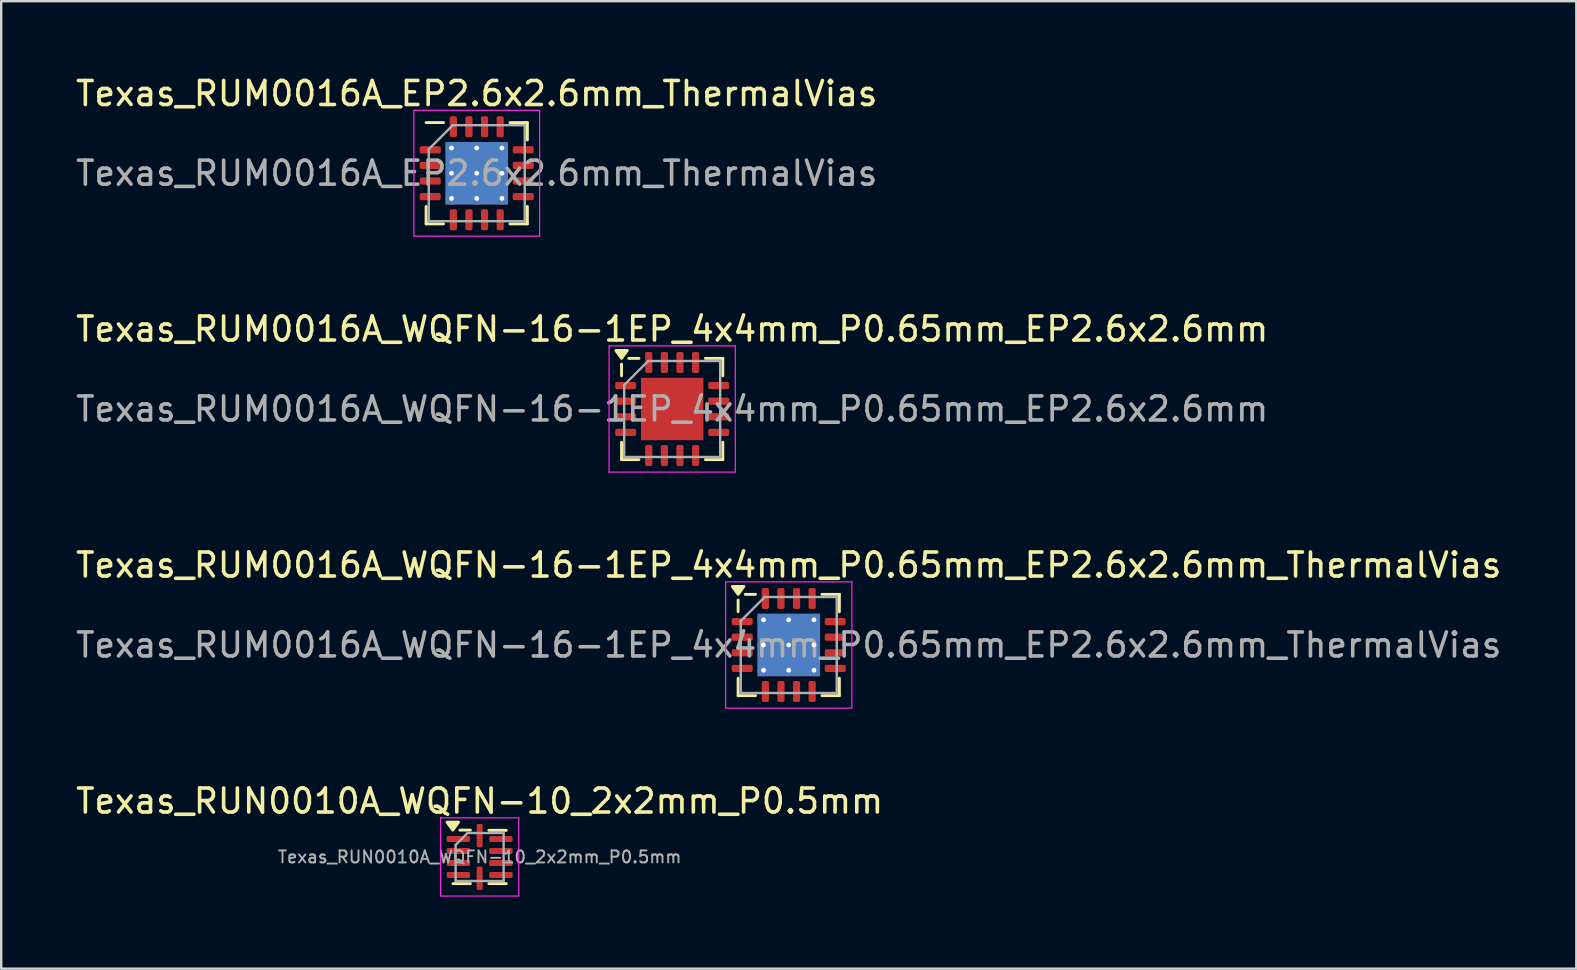
<source format=kicad_pcb>
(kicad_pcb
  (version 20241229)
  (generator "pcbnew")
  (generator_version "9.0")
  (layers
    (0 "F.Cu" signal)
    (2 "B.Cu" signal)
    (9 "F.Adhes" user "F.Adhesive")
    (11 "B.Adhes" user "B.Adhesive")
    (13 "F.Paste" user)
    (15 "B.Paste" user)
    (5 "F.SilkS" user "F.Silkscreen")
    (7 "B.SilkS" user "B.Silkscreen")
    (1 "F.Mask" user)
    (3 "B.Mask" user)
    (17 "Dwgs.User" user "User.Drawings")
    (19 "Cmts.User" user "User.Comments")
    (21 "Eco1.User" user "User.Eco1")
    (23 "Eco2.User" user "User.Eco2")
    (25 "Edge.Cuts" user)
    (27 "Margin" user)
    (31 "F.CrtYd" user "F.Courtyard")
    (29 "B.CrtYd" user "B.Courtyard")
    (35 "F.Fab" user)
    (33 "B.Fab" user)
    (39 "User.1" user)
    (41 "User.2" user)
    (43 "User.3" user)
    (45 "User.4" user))
  (footprint "Texas_RUM0016A_WQFN-16-1EP_4x4mm_P0.65mm_EP2.6x2.6mm_ThermalVias"
    (layer "F.Cu")
    (at 29.815 23.825)
    (property "Reference" "Texas_RUM0016A_WQFN-16-1EP_4x4mm_P0.65mm_EP2.6x2.6mm_ThermalVias" (at 0 -3.33 0) (layer "F.SilkS") (effects (font (size 1 1) (thickness 0.15))))
    (attr smd)
    (fp_line (start -2.11 -1.385) (end -2.11 -1.87) (stroke (width 0.12) (type solid)) (layer "F.SilkS"))
    (fp_line (start -2.11 2.11) (end -2.11 1.385) (stroke (width 0.12) (type solid)) (layer "F.SilkS"))
    (fp_line (start -1.385 -2.11) (end -1.81 -2.11) (stroke (width 0.12) (type solid)) (layer "F.SilkS"))
    (fp_line (start -1.385 2.11) (end -2.11 2.11) (stroke (width 0.12) (type solid)) (layer "F.SilkS"))
    (fp_line (start 1.385 -2.11) (end 2.11 -2.11) (stroke (width 0.12) (type solid)) (layer "F.SilkS"))
    (fp_line (start 1.385 2.11) (end 2.11 2.11) (stroke (width 0.12) (type solid)) (layer "F.SilkS"))
    (fp_line (start 2.11 -2.11) (end 2.11 -1.385) (stroke (width 0.12) (type solid)) (layer "F.SilkS"))
    (fp_line (start 2.11 2.11) (end 2.11 1.385) (stroke (width 0.12) (type solid)) (layer "F.SilkS"))
    (fp_poly (pts (xy -2.11 -2.11) (xy -2.35 -2.44) (xy -1.87 -2.44) (xy -2.11 -2.11)) (stroke (width 0.12) (type solid)) (fill yes) (layer "F.SilkS"))
    (fp_line (start -2.63 -2.63) (end -2.63 2.63) (stroke (width 0.05) (type solid)) (layer "F.CrtYd"))
    (fp_line (start -2.63 2.63) (end 2.63 2.63) (stroke (width 0.05) (type solid)) (layer "F.CrtYd"))
    (fp_line (start 2.63 -2.63) (end -2.63 -2.63) (stroke (width 0.05) (type solid)) (layer "F.CrtYd"))
    (fp_line (start 2.63 2.63) (end 2.63 -2.63) (stroke (width 0.05) (type solid)) (layer "F.CrtYd"))
    (fp_line (start -2 -1) (end -1 -2) (stroke (width 0.1) (type solid)) (layer "F.Fab"))
    (fp_line (start -2 2) (end -2 -1) (stroke (width 0.1) (type solid)) (layer "F.Fab"))
    (fp_line (start -1 -2) (end 2 -2) (stroke (width 0.1) (type solid)) (layer "F.Fab"))
    (fp_line (start 2 -2) (end 2 2) (stroke (width 0.1) (type solid)) (layer "F.Fab"))
    (fp_line (start 2 2) (end -2 2) (stroke (width 0.1) (type solid)) (layer "F.Fab"))
    (fp_text user "${REFERENCE}" (at 0 0 0) (layer "F.Fab") (effects (font (size 1 1) (thickness 0.15))))
    (pad "" smd roundrect (at -0.65 -0.65) (size 1.09 1.09) (layers "F.Paste") (roundrect_rratio 0.229))
    (pad "" smd roundrect (at -0.65 0.65) (size 1.09 1.09) (layers "F.Paste") (roundrect_rratio 0.229))
    (pad "" smd roundrect (at 0.65 -0.65) (size 1.09 1.09) (layers "F.Paste") (roundrect_rratio 0.229))
    (pad "" smd roundrect (at 0.65 0.65) (size 1.09 1.09) (layers "F.Paste") (roundrect_rratio 0.229))
    (pad "1" smd roundrect (at -1.938 -0.975) (size 0.875 0.3) (layers "F.Cu" "F.Mask" "F.Paste") (roundrect_rratio 0.25))
    (pad "2" smd roundrect (at -1.938 -0.325) (size 0.875 0.3) (layers "F.Cu" "F.Mask" "F.Paste") (roundrect_rratio 0.25))
    (pad "3" smd roundrect (at -1.938 0.325) (size 0.875 0.3) (layers "F.Cu" "F.Mask" "F.Paste") (roundrect_rratio 0.25))
    (pad "4" smd roundrect (at -1.938 0.975) (size 0.875 0.3) (layers "F.Cu" "F.Mask" "F.Paste") (roundrect_rratio 0.25))
    (pad "5" smd roundrect (at -0.975 1.938) (size 0.3 0.875) (layers "F.Cu" "F.Mask" "F.Paste") (roundrect_rratio 0.25))
    (pad "6" smd roundrect (at -0.325 1.938) (size 0.3 0.875) (layers "F.Cu" "F.Mask" "F.Paste") (roundrect_rratio 0.25))
    (pad "7" smd roundrect (at 0.325 1.938) (size 0.3 0.875) (layers "F.Cu" "F.Mask" "F.Paste") (roundrect_rratio 0.25))
    (pad "8" smd roundrect (at 0.975 1.938) (size 0.3 0.875) (layers "F.Cu" "F.Mask" "F.Paste") (roundrect_rratio 0.25))
    (pad "9" smd roundrect (at 1.938 0.975) (size 0.875 0.3) (layers "F.Cu" "F.Mask" "F.Paste") (roundrect_rratio 0.25))
    (pad "10" smd roundrect (at 1.938 0.325) (size 0.875 0.3) (layers "F.Cu" "F.Mask" "F.Paste") (roundrect_rratio 0.25))
    (pad "11" smd roundrect (at 1.938 -0.325) (size 0.875 0.3) (layers "F.Cu" "F.Mask" "F.Paste") (roundrect_rratio 0.25))
    (pad "12" smd roundrect (at 1.938 -0.975) (size 0.875 0.3) (layers "F.Cu" "F.Mask" "F.Paste") (roundrect_rratio 0.25))
    (pad "13" smd roundrect (at 0.975 -1.938) (size 0.3 0.875) (layers "F.Cu" "F.Mask" "F.Paste") (roundrect_rratio 0.25))
    (pad "14" smd roundrect (at 0.325 -1.938) (size 0.3 0.875) (layers "F.Cu" "F.Mask" "F.Paste") (roundrect_rratio 0.25))
    (pad "15" smd roundrect (at -0.325 -1.938) (size 0.3 0.875) (layers "F.Cu" "F.Mask" "F.Paste") (roundrect_rratio 0.25))
    (pad "16" smd roundrect (at -0.975 -1.938) (size 0.3 0.875) (layers "F.Cu" "F.Mask" "F.Paste") (roundrect_rratio 0.25))
    (pad "17" thru_hole circle (at -1.05 -1.05) (size 0.5 0.5) (drill 0.2) (property pad_prop_heatsink) (layers "*.Cu"))
    (pad "17" thru_hole circle (at -1.05 0) (size 0.5 0.5) (drill 0.2) (property pad_prop_heatsink) (layers "*.Cu"))
    (pad "17" thru_hole circle (at -1.05 1.05) (size 0.5 0.5) (drill 0.2) (property pad_prop_heatsink) (layers "*.Cu"))
    (pad "17" thru_hole circle (at 0 -1.05) (size 0.5 0.5) (drill 0.2) (property pad_prop_heatsink) (layers "*.Cu"))
    (pad "17" thru_hole circle (at 0 0) (size 0.5 0.5) (drill 0.2) (property pad_prop_heatsink) (layers "*.Cu"))
    (pad "17" smd rect (at 0 0) (size 2.6 2.6) (property pad_prop_heatsink) (layers "F.Cu" "F.Mask"))
    (pad "17" smd rect (at 0 0) (size 2.6 2.6) (property pad_prop_heatsink) (layers "B.Cu"))
    (pad "17" thru_hole circle (at 0 1.05) (size 0.5 0.5) (drill 0.2) (property pad_prop_heatsink) (layers "*.Cu"))
    (pad "17" thru_hole circle (at 1.05 -1.05) (size 0.5 0.5) (drill 0.2) (property pad_prop_heatsink) (layers "*.Cu"))
    (pad "17" thru_hole circle (at 1.05 0) (size 0.5 0.5) (drill 0.2) (property pad_prop_heatsink) (layers "*.Cu"))
    (pad "17" thru_hole circle (at 1.05 1.05) (size 0.5 0.5) (drill 0.2) (property pad_prop_heatsink) (layers "*.Cu")))
  (footprint "Texas_RUN0010A_WQFN-10_2x2mm_P0.5mm"
    (layer "F.Cu")
    (at 16.935 32.658)
    (property "Reference" "Texas_RUN0010A_WQFN-10_2x2mm_P0.5mm" (at 0 -2.33 0) (layer "F.SilkS") (effects (font (size 1 1) (thickness 0.15))))
    (attr smd)
    (fp_line (start -0.385 -1.12) (end -0.82 -1.12) (stroke (width 0.12) (type solid)) (layer "F.SilkS"))
    (fp_line (start -0.385 1.11) (end -1.11 1.11) (stroke (width 0.12) (type solid)) (layer "F.SilkS"))
    (fp_line (start 0.385 -1.11) (end 1.11 -1.11) (stroke (width 0.12) (type solid)) (layer "F.SilkS"))
    (fp_line (start 0.385 1.11) (end 1.11 1.11) (stroke (width 0.12) (type solid)) (layer "F.SilkS"))
    (fp_poly (pts (xy -1.12 -1.12) (xy -1.36 -1.45) (xy -0.88 -1.45) (xy -1.12 -1.12)) (stroke (width 0.12) (type solid)) (fill yes) (layer "F.SilkS"))
    (fp_line (start -1.63 -1.63) (end -1.63 1.63) (stroke (width 0.05) (type solid)) (layer "F.CrtYd"))
    (fp_line (start -1.63 1.63) (end 1.63 1.63) (stroke (width 0.05) (type solid)) (layer "F.CrtYd"))
    (fp_line (start 1.63 -1.63) (end -1.63 -1.63) (stroke (width 0.05) (type solid)) (layer "F.CrtYd"))
    (fp_line (start 1.63 1.63) (end 1.63 -1.63) (stroke (width 0.05) (type solid)) (layer "F.CrtYd"))
    (fp_line (start -1 -0.5) (end -0.5 -1) (stroke (width 0.1) (type solid)) (layer "F.Fab"))
    (fp_line (start -1 1) (end -1 -0.5) (stroke (width 0.1) (type solid)) (layer "F.Fab"))
    (fp_line (start -0.5 -1) (end 1 -1) (stroke (width 0.1) (type solid)) (layer "F.Fab"))
    (fp_line (start 1 -1) (end 1 1) (stroke (width 0.1) (type solid)) (layer "F.Fab"))
    (fp_line (start 1 1) (end -1 1) (stroke (width 0.1) (type solid)) (layer "F.Fab"))
    (fp_text user "${REFERENCE}" (at 0 0 0) (layer "F.Fab") (effects (font (size 0.5 0.5) (thickness 0.08))))
    (pad "1" smd roundrect (at -0.887 -0.75) (size 0.975 0.25) (layers "F.Cu" "F.Mask" "F.Paste") (roundrect_rratio 0.25))
    (pad "2" smd roundrect (at -0.887 -0.25) (size 0.975 0.25) (layers "F.Cu" "F.Mask" "F.Paste") (roundrect_rratio 0.25))
    (pad "3" smd roundrect (at -0.887 0.25) (size 0.975 0.25) (layers "F.Cu" "F.Mask" "F.Paste") (roundrect_rratio 0.25))
    (pad "4" smd roundrect (at -0.887 0.75) (size 0.975 0.25) (layers "F.Cu" "F.Mask" "F.Paste") (roundrect_rratio 0.25))
    (pad "5" smd roundrect (at 0 0.887) (size 0.25 0.975) (layers "F.Cu" "F.Mask" "F.Paste") (roundrect_rratio 0.25))
    (pad "6" smd roundrect (at 0.887 0.75) (size 0.975 0.25) (layers "F.Cu" "F.Mask" "F.Paste") (roundrect_rratio 0.25))
    (pad "7" smd roundrect (at 0.887 0.25) (size 0.975 0.25) (layers "F.Cu" "F.Mask" "F.Paste") (roundrect_rratio 0.25))
    (pad "8" smd roundrect (at 0.887 -0.25) (size 0.975 0.25) (layers "F.Cu" "F.Mask" "F.Paste") (roundrect_rratio 0.25))
    (pad "9" smd roundrect (at 0.887 -0.75) (size 0.975 0.25) (layers "F.Cu" "F.Mask" "F.Paste") (roundrect_rratio 0.25))
    (pad "10" smd roundrect (at 0 -0.887) (size 0.25 0.975) (layers "F.Cu" "F.Mask" "F.Paste") (roundrect_rratio 0.25)))
  (footprint "Texas_RUM0016A_WQFN-16-1EP_4x4mm_P0.65mm_EP2.6x2.6mm"
    (layer "F.Cu")
    (at 24.958 13.992)
    (property "Reference" "Texas_RUM0016A_WQFN-16-1EP_4x4mm_P0.65mm_EP2.6x2.6mm" (at 0 -3.33 0) (layer "F.SilkS") (effects (font (size 1 1) (thickness 0.15))))
    (attr smd)
    (fp_line (start -2.11 -1.385) (end -2.11 -1.87) (stroke (width 0.12) (type solid)) (layer "F.SilkS"))
    (fp_line (start -2.11 2.11) (end -2.11 1.385) (stroke (width 0.12) (type solid)) (layer "F.SilkS"))
    (fp_line (start -1.385 -2.11) (end -1.81 -2.11) (stroke (width 0.12) (type solid)) (layer "F.SilkS"))
    (fp_line (start -1.385 2.11) (end -2.11 2.11) (stroke (width 0.12) (type solid)) (layer "F.SilkS"))
    (fp_line (start 1.385 -2.11) (end 2.11 -2.11) (stroke (width 0.12) (type solid)) (layer "F.SilkS"))
    (fp_line (start 1.385 2.11) (end 2.11 2.11) (stroke (width 0.12) (type solid)) (layer "F.SilkS"))
    (fp_line (start 2.11 -2.11) (end 2.11 -1.385) (stroke (width 0.12) (type solid)) (layer "F.SilkS"))
    (fp_line (start 2.11 2.11) (end 2.11 1.385) (stroke (width 0.12) (type solid)) (layer "F.SilkS"))
    (fp_poly (pts (xy -2.11 -2.11) (xy -2.35 -2.44) (xy -1.87 -2.44) (xy -2.11 -2.11)) (stroke (width 0.12) (type solid)) (fill yes) (layer "F.SilkS"))
    (fp_line (start -2.63 -2.63) (end -2.63 2.63) (stroke (width 0.05) (type solid)) (layer "F.CrtYd"))
    (fp_line (start -2.63 2.63) (end 2.63 2.63) (stroke (width 0.05) (type solid)) (layer "F.CrtYd"))
    (fp_line (start 2.63 -2.63) (end -2.63 -2.63) (stroke (width 0.05) (type solid)) (layer "F.CrtYd"))
    (fp_line (start 2.63 2.63) (end 2.63 -2.63) (stroke (width 0.05) (type solid)) (layer "F.CrtYd"))
    (fp_line (start -2 -1) (end -1 -2) (stroke (width 0.1) (type solid)) (layer "F.Fab"))
    (fp_line (start -2 2) (end -2 -1) (stroke (width 0.1) (type solid)) (layer "F.Fab"))
    (fp_line (start -1 -2) (end 2 -2) (stroke (width 0.1) (type solid)) (layer "F.Fab"))
    (fp_line (start 2 -2) (end 2 2) (stroke (width 0.1) (type solid)) (layer "F.Fab"))
    (fp_line (start 2 2) (end -2 2) (stroke (width 0.1) (type solid)) (layer "F.Fab"))
    (fp_text user "${REFERENCE}" (at 0 0 0) (layer "F.Fab") (effects (font (size 1 1) (thickness 0.15))))
    (pad "" smd roundrect (at -0.65 -0.65) (size 1.05 1.05) (layers "F.Paste") (roundrect_rratio 0.238))
    (pad "" smd roundrect (at -0.65 0.65) (size 1.05 1.05) (layers "F.Paste") (roundrect_rratio 0.238))
    (pad "" smd roundrect (at 0.65 -0.65) (size 1.05 1.05) (layers "F.Paste") (roundrect_rratio 0.238))
    (pad "" smd roundrect (at 0.65 0.65) (size 1.05 1.05) (layers "F.Paste") (roundrect_rratio 0.238))
    (pad "1" smd roundrect (at -1.938 -0.975) (size 0.875 0.3) (layers "F.Cu" "F.Mask" "F.Paste") (roundrect_rratio 0.25))
    (pad "2" smd roundrect (at -1.938 -0.325) (size 0.875 0.3) (layers "F.Cu" "F.Mask" "F.Paste") (roundrect_rratio 0.25))
    (pad "3" smd roundrect (at -1.938 0.325) (size 0.875 0.3) (layers "F.Cu" "F.Mask" "F.Paste") (roundrect_rratio 0.25))
    (pad "4" smd roundrect (at -1.938 0.975) (size 0.875 0.3) (layers "F.Cu" "F.Mask" "F.Paste") (roundrect_rratio 0.25))
    (pad "5" smd roundrect (at -0.975 1.938) (size 0.3 0.875) (layers "F.Cu" "F.Mask" "F.Paste") (roundrect_rratio 0.25))
    (pad "6" smd roundrect (at -0.325 1.938) (size 0.3 0.875) (layers "F.Cu" "F.Mask" "F.Paste") (roundrect_rratio 0.25))
    (pad "7" smd roundrect (at 0.325 1.938) (size 0.3 0.875) (layers "F.Cu" "F.Mask" "F.Paste") (roundrect_rratio 0.25))
    (pad "8" smd roundrect (at 0.975 1.938) (size 0.3 0.875) (layers "F.Cu" "F.Mask" "F.Paste") (roundrect_rratio 0.25))
    (pad "9" smd roundrect (at 1.938 0.975) (size 0.875 0.3) (layers "F.Cu" "F.Mask" "F.Paste") (roundrect_rratio 0.25))
    (pad "10" smd roundrect (at 1.938 0.325) (size 0.875 0.3) (layers "F.Cu" "F.Mask" "F.Paste") (roundrect_rratio 0.25))
    (pad "11" smd roundrect (at 1.938 -0.325) (size 0.875 0.3) (layers "F.Cu" "F.Mask" "F.Paste") (roundrect_rratio 0.25))
    (pad "12" smd roundrect (at 1.938 -0.975) (size 0.875 0.3) (layers "F.Cu" "F.Mask" "F.Paste") (roundrect_rratio 0.25))
    (pad "13" smd roundrect (at 0.975 -1.938) (size 0.3 0.875) (layers "F.Cu" "F.Mask" "F.Paste") (roundrect_rratio 0.25))
    (pad "14" smd roundrect (at 0.325 -1.938) (size 0.3 0.875) (layers "F.Cu" "F.Mask" "F.Paste") (roundrect_rratio 0.25))
    (pad "15" smd roundrect (at -0.325 -1.938) (size 0.3 0.875) (layers "F.Cu" "F.Mask" "F.Paste") (roundrect_rratio 0.25))
    (pad "16" smd roundrect (at -0.975 -1.938) (size 0.3 0.875) (layers "F.Cu" "F.Mask" "F.Paste") (roundrect_rratio 0.25))
    (pad "17" smd rect (at 0 0) (size 2.6 2.6) (property pad_prop_heatsink) (layers "F.Cu" "F.Mask")))
  (footprint "Texas_RUM0016A_EP2.6x2.6mm_ThermalVias"
    (layer "F.Cu")
    (at 16.815 4.168)
    (property "Reference" "Texas_RUM0016A_EP2.6x2.6mm_ThermalVias" (at 0 -3.32 0) (layer "F.SilkS") (effects (font (size 1 1) (thickness 0.15))))
    (attr smd)
    (fp_line (start -2.11 2.11) (end -2.11 1.385) (stroke (width 0.12) (type solid)) (layer "F.SilkS"))
    (fp_line (start -1.385 -2.11) (end -2.11 -2.11) (stroke (width 0.12) (type solid)) (layer "F.SilkS"))
    (fp_line (start -1.385 2.11) (end -2.11 2.11) (stroke (width 0.12) (type solid)) (layer "F.SilkS"))
    (fp_line (start 1.385 -2.11) (end 2.11 -2.11) (stroke (width 0.12) (type solid)) (layer "F.SilkS"))
    (fp_line (start 1.385 2.11) (end 2.11 2.11) (stroke (width 0.12) (type solid)) (layer "F.SilkS"))
    (fp_line (start 2.11 -2.11) (end 2.11 -1.385) (stroke (width 0.12) (type solid)) (layer "F.SilkS"))
    (fp_line (start 2.11 2.11) (end 2.11 1.385) (stroke (width 0.12) (type solid)) (layer "F.SilkS"))
    (fp_line (start -2.62 -2.62) (end -2.62 2.62) (stroke (width 0.05) (type solid)) (layer "F.CrtYd"))
    (fp_line (start -2.62 2.62) (end 2.62 2.62) (stroke (width 0.05) (type solid)) (layer "F.CrtYd"))
    (fp_line (start 2.62 -2.62) (end -2.62 -2.62) (stroke (width 0.05) (type solid)) (layer "F.CrtYd"))
    (fp_line (start 2.62 2.62) (end 2.62 -2.62) (stroke (width 0.05) (type solid)) (layer "F.CrtYd"))
    (fp_line (start -2 -1) (end -1 -2) (stroke (width 0.1) (type solid)) (layer "F.Fab"))
    (fp_line (start -2 2) (end -2 -1) (stroke (width 0.1) (type solid)) (layer "F.Fab"))
    (fp_line (start -1 -2) (end 2 -2) (stroke (width 0.1) (type solid)) (layer "F.Fab"))
    (fp_line (start 2 -2) (end 2 2) (stroke (width 0.1) (type solid)) (layer "F.Fab"))
    (fp_line (start 2 2) (end -2 2) (stroke (width 0.1) (type solid)) (layer "F.Fab"))
    (fp_text user "${REFERENCE}" (at 0 0 0) (layer "F.Fab") (effects (font (size 1 1) (thickness 0.15))))
    (pad "" smd roundrect (at -0.65 -0.65) (size 1.09 1.09) (layers "F.Paste") (roundrect_rratio 0.229))
    (pad "" smd roundrect (at -0.65 0.65) (size 1.09 1.09) (layers "F.Paste") (roundrect_rratio 0.229))
    (pad "" smd roundrect (at 0.65 -0.65) (size 1.09 1.09) (layers "F.Paste") (roundrect_rratio 0.229))
    (pad "" smd roundrect (at 0.65 0.65) (size 1.09 1.09) (layers "F.Paste") (roundrect_rratio 0.229))
    (pad "1" smd roundrect (at -1.938 -0.975) (size 0.875 0.3) (layers "F.Cu" "F.Mask" "F.Paste") (roundrect_rratio 0.25))
    (pad "2" smd roundrect (at -1.938 -0.325) (size 0.875 0.3) (layers "F.Cu" "F.Mask" "F.Paste") (roundrect_rratio 0.25))
    (pad "3" smd roundrect (at -1.938 0.325) (size 0.875 0.3) (layers "F.Cu" "F.Mask" "F.Paste") (roundrect_rratio 0.25))
    (pad "4" smd roundrect (at -1.938 0.975) (size 0.875 0.3) (layers "F.Cu" "F.Mask" "F.Paste") (roundrect_rratio 0.25))
    (pad "5" smd roundrect (at -0.975 1.938) (size 0.3 0.875) (layers "F.Cu" "F.Mask" "F.Paste") (roundrect_rratio 0.25))
    (pad "6" smd roundrect (at -0.325 1.938) (size 0.3 0.875) (layers "F.Cu" "F.Mask" "F.Paste") (roundrect_rratio 0.25))
    (pad "7" smd roundrect (at 0.325 1.938) (size 0.3 0.875) (layers "F.Cu" "F.Mask" "F.Paste") (roundrect_rratio 0.25))
    (pad "8" smd roundrect (at 0.975 1.938) (size 0.3 0.875) (layers "F.Cu" "F.Mask" "F.Paste") (roundrect_rratio 0.25))
    (pad "9" smd roundrect (at 1.938 0.975) (size 0.875 0.3) (layers "F.Cu" "F.Mask" "F.Paste") (roundrect_rratio 0.25))
    (pad "10" smd roundrect (at 1.938 0.325) (size 0.875 0.3) (layers "F.Cu" "F.Mask" "F.Paste") (roundrect_rratio 0.25))
    (pad "11" smd roundrect (at 1.938 -0.325) (size 0.875 0.3) (layers "F.Cu" "F.Mask" "F.Paste") (roundrect_rratio 0.25))
    (pad "12" smd roundrect (at 1.938 -0.975) (size 0.875 0.3) (layers "F.Cu" "F.Mask" "F.Paste") (roundrect_rratio 0.25))
    (pad "13" smd roundrect (at 0.975 -1.938) (size 0.3 0.875) (layers "F.Cu" "F.Mask" "F.Paste") (roundrect_rratio 0.25))
    (pad "14" smd roundrect (at 0.325 -1.938) (size 0.3 0.875) (layers "F.Cu" "F.Mask" "F.Paste") (roundrect_rratio 0.25))
    (pad "15" smd roundrect (at -0.325 -1.938) (size 0.3 0.875) (layers "F.Cu" "F.Mask" "F.Paste") (roundrect_rratio 0.25))
    (pad "16" smd roundrect (at -0.975 -1.938) (size 0.3 0.875) (layers "F.Cu" "F.Mask" "F.Paste") (roundrect_rratio 0.25))
    (pad "17" thru_hole circle (at -1.05 -1.05) (size 0.5 0.5) (drill 0.2) (layers "*.Cu"))
    (pad "17" thru_hole circle (at -1.05 0) (size 0.5 0.5) (drill 0.2) (layers "*.Cu"))
    (pad "17" thru_hole circle (at -1.05 1.05) (size 0.5 0.5) (drill 0.2) (layers "*.Cu"))
    (pad "17" thru_hole circle (at 0 -1.05) (size 0.5 0.5) (drill 0.2) (layers "*.Cu"))
    (pad "17" thru_hole circle (at 0 0) (size 0.5 0.5) (drill 0.2) (layers "*.Cu"))
    (pad "17" smd rect (at 0 0) (size 2.6 2.6) (layers "F.Cu" "F.Mask"))
    (pad "17" smd rect (at 0 0) (size 2.6 2.6) (layers "B.Cu"))
    (pad "17" thru_hole circle (at 0 1.05) (size 0.5 0.5) (drill 0.2) (layers "*.Cu"))
    (pad "17" thru_hole circle (at 1.05 -1.05) (size 0.5 0.5) (drill 0.2) (layers "*.Cu"))
    (pad "17" thru_hole circle (at 1.05 0) (size 0.5 0.5) (drill 0.2) (layers "*.Cu"))
    (pad "17" thru_hole circle (at 1.05 1.05) (size 0.5 0.5) (drill 0.2) (layers "*.Cu")))
  (gr_rect
    (start -3 -3)
    (end 62.631 37.313)
    (stroke (width 0.1) (type default))
    (fill no)
    (layer "Edge.Cuts")))
</source>
